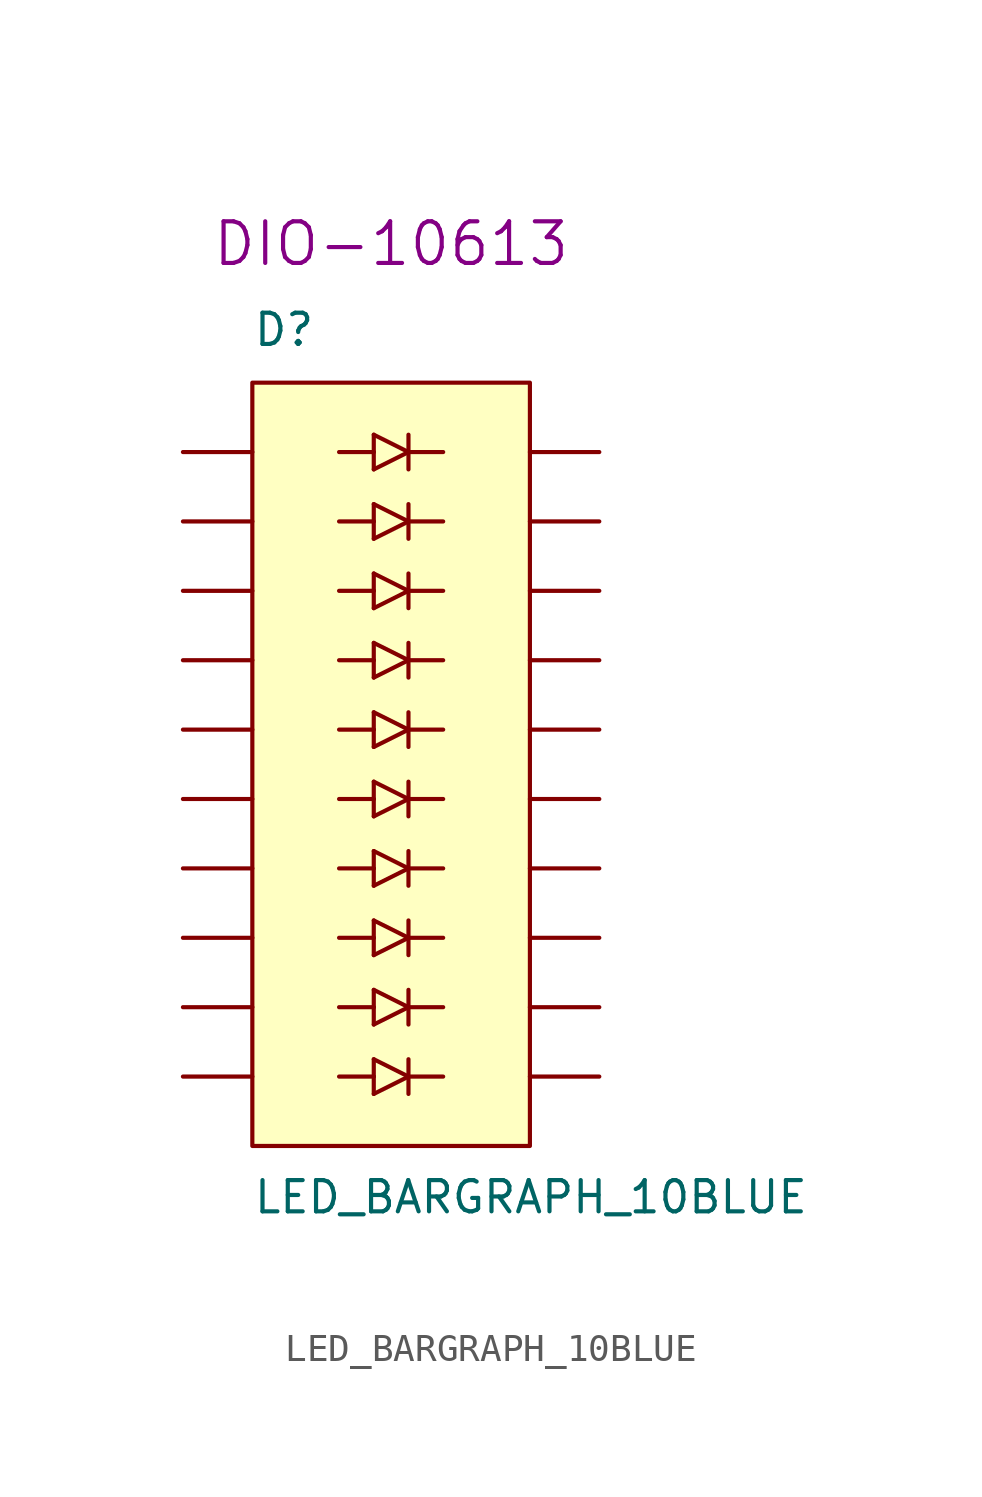
<source format=kicad_sym>
(kicad_symbol_lib
  (version 20220914)
  (generator kicad_symbol_editor)
  (symbol "LED_BARGRAPH_10BLUE"
    (pin_numbers hide)
    (pin_names
      (offset 1.016) hide)
    (property "Reference" "D"
      (at -5.08 13.97 0)
      (effects (font (size 1.143 1.143)) (justify left bottom)))
    (property "Value" "LED_BARGRAPH_10BLUE"
      (at -5.08 -17.78 0)
      (effects (font (size 1.143 1.143)) (justify left bottom)))
    (property "Field4" "DIO-10613"
      (at 0 17.78 0)
      (effects (font (size 1.524 1.524))))
    (property "ki_locked" ""
      (at 0 0 0)
      (effects (font (size 1.27 1.27))))
    (symbol "LED_BARGRAPH_10BLUE_1_0"
      (polyline (pts (xy -1.905 -12.7) (xy -0.635 -12.7)) (stroke (width 0) (type solid)) (fill (type none)))
      (polyline (pts (xy -1.905 -10.16) (xy -0.635 -10.16)) (stroke (width 0) (type solid)) (fill (type none)))
      (polyline (pts (xy -1.905 -7.62) (xy -0.635 -7.62)) (stroke (width 0) (type solid)) (fill (type none)))
      (polyline (pts (xy -1.905 -5.08) (xy -0.635 -5.08)) (stroke (width 0) (type solid)) (fill (type none)))
      (polyline (pts (xy -1.905 -2.54) (xy -0.635 -2.54)) (stroke (width 0) (type solid)) (fill (type none)))
      (polyline (pts (xy -1.905 0) (xy -0.635 0)) (stroke (width 0) (type solid)) (fill (type none)))
      (polyline (pts (xy -1.905 2.54) (xy -0.635 2.54)) (stroke (width 0) (type solid)) (fill (type none)))
      (polyline (pts (xy -1.905 5.08) (xy -0.635 5.08)) (stroke (width 0) (type solid)) (fill (type none)))
      (polyline (pts (xy -1.905 7.62) (xy -0.635 7.62)) (stroke (width 0) (type solid)) (fill (type none)))
      (polyline (pts (xy -1.905 10.16) (xy -0.635 10.16)) (stroke (width 0) (type solid)) (fill (type none)))
      (polyline (pts (xy -0.635 -12.7) (xy -0.635 -13.335)) (stroke (width 0) (type solid)) (fill (type none)))
      (polyline (pts (xy -0.635 -12.065) (xy -0.635 -12.7)) (stroke (width 0) (type solid)) (fill (type none)))
      (polyline (pts (xy -0.635 -12.065) (xy 0.635 -12.7)) (stroke (width 0) (type solid)) (fill (type none)))
      (polyline (pts (xy -0.635 -10.16) (xy -0.635 -10.795)) (stroke (width 0) (type solid)) (fill (type none)))
      (polyline (pts (xy -0.635 -9.525) (xy -0.635 -10.16)) (stroke (width 0) (type solid)) (fill (type none)))
      (polyline (pts (xy -0.635 -9.525) (xy 0.635 -10.16)) (stroke (width 0) (type solid)) (fill (type none)))
      (polyline (pts (xy -0.635 -7.62) (xy -0.635 -8.255)) (stroke (width 0) (type solid)) (fill (type none)))
      (polyline (pts (xy -0.635 -6.985) (xy -0.635 -7.62)) (stroke (width 0) (type solid)) (fill (type none)))
      (polyline (pts (xy -0.635 -6.985) (xy 0.635 -7.62)) (stroke (width 0) (type solid)) (fill (type none)))
      (polyline (pts (xy -0.635 -5.08) (xy -0.635 -5.715)) (stroke (width 0) (type solid)) (fill (type none)))
      (polyline (pts (xy -0.635 -4.445) (xy -0.635 -5.08)) (stroke (width 0) (type solid)) (fill (type none)))
      (polyline (pts (xy -0.635 -4.445) (xy 0.635 -5.08)) (stroke (width 0) (type solid)) (fill (type none)))
      (polyline (pts (xy -0.635 -2.54) (xy -0.635 -3.175)) (stroke (width 0) (type solid)) (fill (type none)))
      (polyline (pts (xy -0.635 -1.905) (xy -0.635 -2.54)) (stroke (width 0) (type solid)) (fill (type none)))
      (polyline (pts (xy -0.635 -1.905) (xy 0.635 -2.54)) (stroke (width 0) (type solid)) (fill (type none)))
      (polyline (pts (xy -0.635 0) (xy -0.635 -0.635)) (stroke (width 0) (type solid)) (fill (type none)))
      (polyline (pts (xy -0.635 0.635) (xy -0.635 0)) (stroke (width 0) (type solid)) (fill (type none)))
      (polyline (pts (xy -0.635 0.635) (xy 0.635 0)) (stroke (width 0) (type solid)) (fill (type none)))
      (polyline (pts (xy -0.635 2.54) (xy -0.635 1.905)) (stroke (width 0) (type solid)) (fill (type none)))
      (polyline (pts (xy -0.635 3.175) (xy -0.635 2.54)) (stroke (width 0) (type solid)) (fill (type none)))
      (polyline (pts (xy -0.635 3.175) (xy 0.635 2.54)) (stroke (width 0) (type solid)) (fill (type none)))
      (polyline (pts (xy -0.635 5.08) (xy -0.635 4.445)) (stroke (width 0) (type solid)) (fill (type none)))
      (polyline (pts (xy -0.635 5.715) (xy -0.635 5.08)) (stroke (width 0) (type solid)) (fill (type none)))
      (polyline (pts (xy -0.635 5.715) (xy 0.635 5.08)) (stroke (width 0) (type solid)) (fill (type none)))
      (polyline (pts (xy -0.635 7.62) (xy -0.635 6.985)) (stroke (width 0) (type solid)) (fill (type none)))
      (polyline (pts (xy -0.635 8.255) (xy -0.635 7.62)) (stroke (width 0) (type solid)) (fill (type none)))
      (polyline (pts (xy -0.635 8.255) (xy 0.635 7.62)) (stroke (width 0) (type solid)) (fill (type none)))
      (polyline (pts (xy -0.635 10.16) (xy -0.635 9.525)) (stroke (width 0) (type solid)) (fill (type none)))
      (polyline (pts (xy -0.635 10.795) (xy -0.635 10.16)) (stroke (width 0) (type solid)) (fill (type none)))
      (polyline (pts (xy -0.635 10.795) (xy 0.635 10.16)) (stroke (width 0) (type solid)) (fill (type none)))
      (polyline (pts (xy 0.635 -12.7) (xy -0.635 -13.335)) (stroke (width 0) (type solid)) (fill (type none)))
      (polyline (pts (xy 0.635 -12.7) (xy 0.635 -13.335)) (stroke (width 0) (type solid)) (fill (type none)))
      (polyline (pts (xy 0.635 -12.7) (xy 1.905 -12.7)) (stroke (width 0) (type solid)) (fill (type none)))
      (polyline (pts (xy 0.635 -12.065) (xy 0.635 -12.7)) (stroke (width 0) (type solid)) (fill (type none)))
      (polyline (pts (xy 0.635 -10.16) (xy -0.635 -10.795)) (stroke (width 0) (type solid)) (fill (type none)))
      (polyline (pts (xy 0.635 -10.16) (xy 0.635 -10.795)) (stroke (width 0) (type solid)) (fill (type none)))
      (polyline (pts (xy 0.635 -10.16) (xy 1.905 -10.16)) (stroke (width 0) (type solid)) (fill (type none)))
      (polyline (pts (xy 0.635 -9.525) (xy 0.635 -10.16)) (stroke (width 0) (type solid)) (fill (type none)))
      (polyline (pts (xy 0.635 -7.62) (xy -0.635 -8.255)) (stroke (width 0) (type solid)) (fill (type none)))
      (polyline (pts (xy 0.635 -7.62) (xy 0.635 -8.255)) (stroke (width 0) (type solid)) (fill (type none)))
      (polyline (pts (xy 0.635 -7.62) (xy 1.905 -7.62)) (stroke (width 0) (type solid)) (fill (type none)))
      (polyline (pts (xy 0.635 -6.985) (xy 0.635 -7.62)) (stroke (width 0) (type solid)) (fill (type none)))
      (polyline (pts (xy 0.635 -5.08) (xy -0.635 -5.715)) (stroke (width 0) (type solid)) (fill (type none)))
      (polyline (pts (xy 0.635 -5.08) (xy 0.635 -5.715)) (stroke (width 0) (type solid)) (fill (type none)))
      (polyline (pts (xy 0.635 -5.08) (xy 1.905 -5.08)) (stroke (width 0) (type solid)) (fill (type none)))
      (polyline (pts (xy 0.635 -4.445) (xy 0.635 -5.08)) (stroke (width 0) (type solid)) (fill (type none)))
      (polyline (pts (xy 0.635 -2.54) (xy -0.635 -3.175)) (stroke (width 0) (type solid)) (fill (type none)))
      (polyline (pts (xy 0.635 -2.54) (xy 0.635 -3.175)) (stroke (width 0) (type solid)) (fill (type none)))
      (polyline (pts (xy 0.635 -2.54) (xy 1.905 -2.54)) (stroke (width 0) (type solid)) (fill (type none)))
      (polyline (pts (xy 0.635 -1.905) (xy 0.635 -2.54)) (stroke (width 0) (type solid)) (fill (type none)))
      (polyline (pts (xy 0.635 0) (xy -0.635 -0.635)) (stroke (width 0) (type solid)) (fill (type none)))
      (polyline (pts (xy 0.635 0) (xy 0.635 -0.635)) (stroke (width 0) (type solid)) (fill (type none)))
      (polyline (pts (xy 0.635 0) (xy 1.905 0)) (stroke (width 0) (type solid)) (fill (type none)))
      (polyline (pts (xy 0.635 0.635) (xy 0.635 0)) (stroke (width 0) (type solid)) (fill (type none)))
      (polyline (pts (xy 0.635 2.54) (xy -0.635 1.905)) (stroke (width 0) (type solid)) (fill (type none)))
      (polyline (pts (xy 0.635 2.54) (xy 0.635 1.905)) (stroke (width 0) (type solid)) (fill (type none)))
      (polyline (pts (xy 0.635 2.54) (xy 1.905 2.54)) (stroke (width 0) (type solid)) (fill (type none)))
      (polyline (pts (xy 0.635 3.175) (xy 0.635 2.54)) (stroke (width 0) (type solid)) (fill (type none)))
      (polyline (pts (xy 0.635 5.08) (xy -0.635 4.445)) (stroke (width 0) (type solid)) (fill (type none)))
      (polyline (pts (xy 0.635 5.08) (xy 0.635 4.445)) (stroke (width 0) (type solid)) (fill (type none)))
      (polyline (pts (xy 0.635 5.08) (xy 1.905 5.08)) (stroke (width 0) (type solid)) (fill (type none)))
      (polyline (pts (xy 0.635 5.715) (xy 0.635 5.08)) (stroke (width 0) (type solid)) (fill (type none)))
      (polyline (pts (xy 0.635 7.62) (xy -0.635 6.985)) (stroke (width 0) (type solid)) (fill (type none)))
      (polyline (pts (xy 0.635 7.62) (xy 0.635 6.985)) (stroke (width 0) (type solid)) (fill (type none)))
      (polyline (pts (xy 0.635 7.62) (xy 1.905 7.62)) (stroke (width 0) (type solid)) (fill (type none)))
      (polyline (pts (xy 0.635 8.255) (xy 0.635 7.62)) (stroke (width 0) (type solid)) (fill (type none)))
      (polyline (pts (xy 0.635 10.16) (xy -0.635 9.525)) (stroke (width 0) (type solid)) (fill (type none)))
      (polyline (pts (xy 0.635 10.16) (xy 0.635 9.525)) (stroke (width 0) (type solid)) (fill (type none)))
      (polyline (pts (xy 0.635 10.16) (xy 1.905 10.16)) (stroke (width 0) (type solid)) (fill (type none)))
      (polyline (pts (xy 0.635 10.795) (xy 0.635 10.16)) (stroke (width 0) (type solid)) (fill (type none))))
    (symbol "LED_BARGRAPH_10BLUE_1_1"
      (polyline (pts (xy -5.08 12.7) (xy 5.08 12.7) (xy 5.08 -15.24) (xy -5.08 -15.24) (xy -5.08 12.7)) (stroke (width 0) (type solid)) (fill (type background)))
      (pin passive line (at -7.62 10.16 0) (length 2.54) (name "A" (effects (font (size 1.016 1.016)))) (number "1" (effects (font (size 1.016 1.016)))))
      (pin passive line (at -7.62 -12.7 0) (length 2.54) (name "A9" (effects (font (size 1.016 1.016)))) (number "10" (effects (font (size 1.016 1.016)))))
      (pin passive line (at 7.62 -12.7 180) (length 2.54) (name "C9" (effects (font (size 1.016 1.016)))) (number "11" (effects (font (size 1.016 1.016)))))
      (pin passive line (at 7.62 -10.16 180) (length 2.54) (name "C8" (effects (font (size 1.016 1.016)))) (number "12" (effects (font (size 1.016 1.016)))))
      (pin passive line (at 7.62 -7.62 180) (length 2.54) (name "C7" (effects (font (size 1.016 1.016)))) (number "13" (effects (font (size 1.016 1.016)))))
      (pin passive line (at 7.62 -5.08 180) (length 2.54) (name "C6" (effects (font (size 1.016 1.016)))) (number "14" (effects (font (size 1.016 1.016)))))
      (pin passive line (at 7.62 -2.54 180) (length 2.54) (name "C5" (effects (font (size 1.016 1.016)))) (number "15" (effects (font (size 1.016 1.016)))))
      (pin passive line (at 7.62 0 180) (length 2.54) (name "C4" (effects (font (size 1.016 1.016)))) (number "16" (effects (font (size 1.016 1.016)))))
      (pin passive line (at 7.62 2.54 180) (length 2.54) (name "C3" (effects (font (size 1.016 1.016)))) (number "17" (effects (font (size 1.016 1.016)))))
      (pin passive line (at 7.62 5.08 180) (length 2.54) (name "C2" (effects (font (size 1.016 1.016)))) (number "18" (effects (font (size 1.016 1.016)))))
      (pin passive line (at 7.62 7.62 180) (length 2.54) (name "C1" (effects (font (size 1.016 1.016)))) (number "19" (effects (font (size 1.016 1.016)))))
      (pin passive line (at -7.62 7.62 0) (length 2.54) (name "A1" (effects (font (size 1.016 1.016)))) (number "2" (effects (font (size 1.016 1.016)))))
      (pin passive line (at 7.62 10.16 180) (length 2.54) (name "C" (effects (font (size 1.016 1.016)))) (number "20" (effects (font (size 1.016 1.016)))))
      (pin passive line (at -7.62 5.08 0) (length 2.54) (name "A2" (effects (font (size 1.016 1.016)))) (number "3" (effects (font (size 1.016 1.016)))))
      (pin passive line (at -7.62 2.54 0) (length 2.54) (name "A3" (effects (font (size 1.016 1.016)))) (number "4" (effects (font (size 1.016 1.016)))))
      (pin passive line (at -7.62 0 0) (length 2.54) (name "A4" (effects (font (size 1.016 1.016)))) (number "5" (effects (font (size 1.016 1.016)))))
      (pin passive line (at -7.62 -2.54 0) (length 2.54) (name "A5" (effects (font (size 1.016 1.016)))) (number "6" (effects (font (size 1.016 1.016)))))
      (pin passive line (at -7.62 -5.08 0) (length 2.54) (name "A6" (effects (font (size 1.016 1.016)))) (number "7" (effects (font (size 1.016 1.016)))))
      (pin passive line (at -7.62 -7.62 0) (length 2.54) (name "A7" (effects (font (size 1.016 1.016)))) (number "8" (effects (font (size 1.016 1.016)))))
      (pin passive line (at -7.62 -10.16 0) (length 2.54) (name "A8" (effects (font (size 1.016 1.016)))) (number "9" (effects (font (size 1.016 1.016))))))))
</source>
